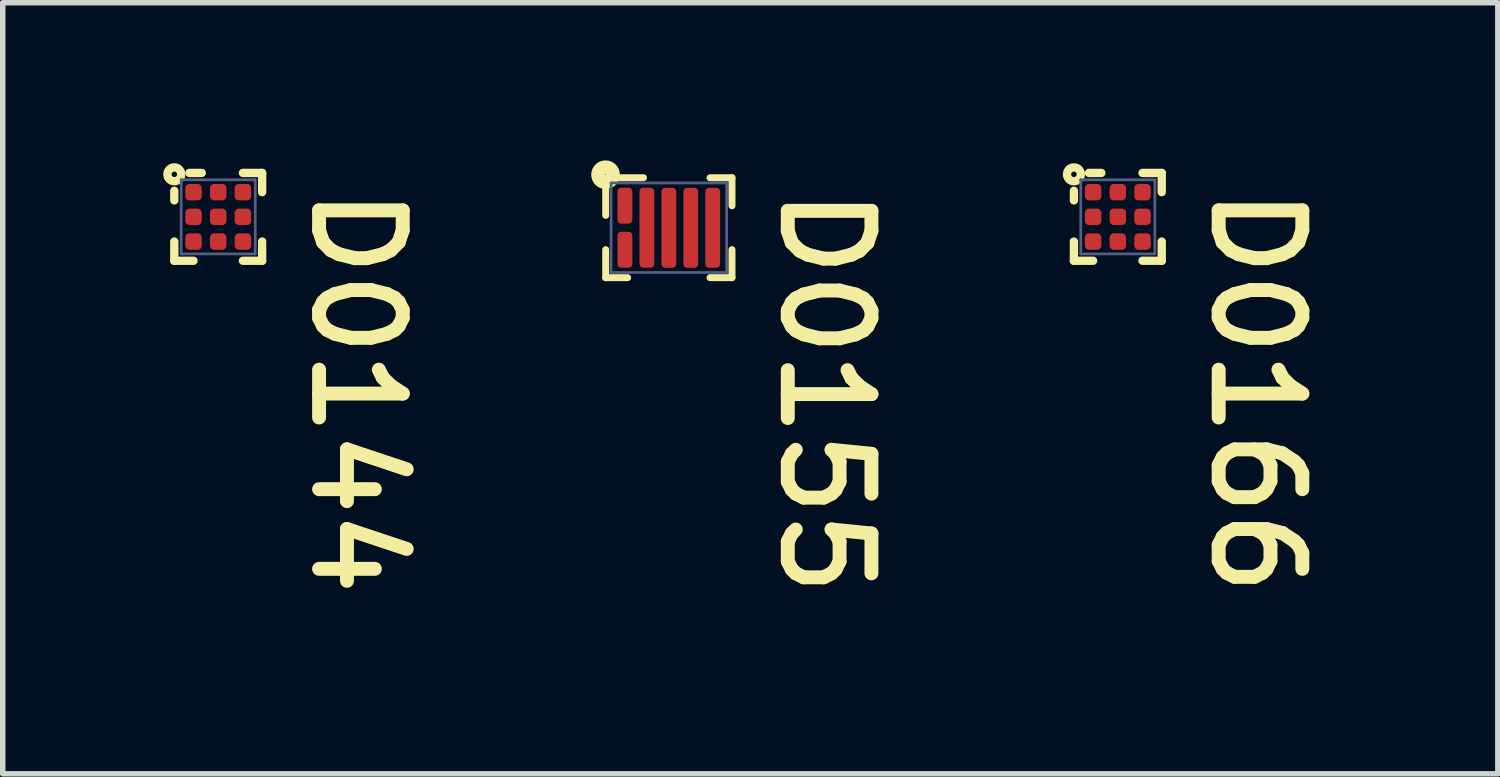
<source format=kicad_pcb>
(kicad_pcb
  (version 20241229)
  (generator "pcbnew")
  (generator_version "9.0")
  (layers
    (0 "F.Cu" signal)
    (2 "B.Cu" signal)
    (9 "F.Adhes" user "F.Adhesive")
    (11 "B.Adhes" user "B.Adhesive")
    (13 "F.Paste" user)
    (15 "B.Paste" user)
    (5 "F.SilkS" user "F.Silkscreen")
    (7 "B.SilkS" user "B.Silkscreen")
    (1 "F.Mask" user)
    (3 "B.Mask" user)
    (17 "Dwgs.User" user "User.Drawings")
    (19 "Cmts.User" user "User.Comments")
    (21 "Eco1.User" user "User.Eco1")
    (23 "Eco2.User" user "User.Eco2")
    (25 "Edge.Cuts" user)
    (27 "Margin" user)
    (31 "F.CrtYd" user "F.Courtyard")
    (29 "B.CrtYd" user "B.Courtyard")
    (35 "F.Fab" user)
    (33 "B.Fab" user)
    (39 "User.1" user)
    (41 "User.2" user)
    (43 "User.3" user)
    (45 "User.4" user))
  (footprint "D0144"
    (layer "F.Cu")
    (at 0.926 0.901)
    (property "Reference" "D0144" (at 1.638 -0.648 270) (unlocked yes) (layer "F.SilkS") (effects (font (size 1.524 1.524) (thickness 0.254)) (justify left bottom)))
    (attr smd)
    (fp_circle (center -0.45 -0.45) (end -0.4 -0.45) (stroke (width 0.1) (type solid)) (fill yes) (layer "F.Mask"))
    (fp_circle (center -0.45 0) (end -0.4 0) (stroke (width 0.1) (type solid)) (fill yes) (layer "F.Mask"))
    (fp_circle (center -0.45 0.45) (end -0.4 0.45) (stroke (width 0.1) (type solid)) (fill yes) (layer "F.Mask"))
    (fp_circle (center 0 -0.45) (end 0.05 -0.45) (stroke (width 0.1) (type solid)) (fill yes) (layer "F.Mask"))
    (fp_circle (center 0 0) (end 0.05 0) (stroke (width 0.1) (type solid)) (fill yes) (layer "F.Mask"))
    (fp_circle (center 0 0.45) (end 0.05 0.45) (stroke (width 0.1) (type solid)) (fill yes) (layer "F.Mask"))
    (fp_circle (center 0.45 -0.45) (end 0.5 -0.45) (stroke (width 0.1) (type solid)) (fill yes) (layer "F.Mask"))
    (fp_circle (center 0.45 0) (end 0.5 0) (stroke (width 0.1) (type solid)) (fill yes) (layer "F.Mask"))
    (fp_circle (center 0.45 0.45) (end 0.5 0.45) (stroke (width 0.1) (type solid)) (fill yes) (layer "F.Mask"))
    (fp_line (start -0.8 -0.475) (end -0.8 -0.3) (stroke (width 0.152) (type solid)) (layer "F.SilkS"))
    (fp_line (start -0.8 0.45) (end -0.8 0.8) (stroke (width 0.152) (type solid)) (layer "F.SilkS"))
    (fp_line (start -0.8 0.8) (end -0.45 0.8) (stroke (width 0.152) (type solid)) (layer "F.SilkS"))
    (fp_line (start -0.525 -0.8) (end -0.3 -0.8) (stroke (width 0.152) (type solid)) (layer "F.SilkS"))
    (fp_line (start 0.45 -0.8) (end 0.8 -0.8) (stroke (width 0.152) (type solid)) (layer "F.SilkS"))
    (fp_line (start 0.45 0.8) (end 0.8 0.8) (stroke (width 0.152) (type solid)) (layer "F.SilkS"))
    (fp_line (start 0.8 -0.8) (end 0.8 -0.45) (stroke (width 0.152) (type solid)) (layer "F.SilkS"))
    (fp_line (start 0.8 0.45) (end 0.8 0.8) (stroke (width 0.152) (type solid)) (layer "F.SilkS"))
    (fp_circle (center -0.8 -0.775) (end -0.75 -0.775) (stroke (width 0.152) (type solid)) (fill no) (layer "F.SilkS"))
    (fp_line (start -0.675 -0.675) (end -0.675 0.675) (stroke (width 0.05) (type solid)) (layer "B.Fab"))
    (fp_line (start -0.675 -0.675) (end 0.675 -0.675) (stroke (width 0.05) (type solid)) (layer "B.Fab"))
    (fp_line (start -0.675 0.675) (end 0.675 0.675) (stroke (width 0.05) (type solid)) (layer "B.Fab"))
    (fp_line (start 0.675 -0.675) (end 0.675 0.675) (stroke (width 0.05) (type solid)) (layer "B.Fab"))
    (pad "1" smd roundrect (at -0.45 -0.45) (size 0.3 0.3) (layers "F.Cu" "F.Mask" "F.Paste") (roundrect_rratio 0.25))
    (pad "2" smd roundrect (at -0.45 0) (size 0.3 0.3) (layers "F.Cu" "F.Mask" "F.Paste") (roundrect_rratio 0.25))
    (pad "3" smd roundrect (at -0.45 0.45) (size 0.3 0.3) (layers "F.Cu" "F.Mask" "F.Paste") (roundrect_rratio 0.25))
    (pad "4" smd roundrect (at 0 -0.45) (size 0.3 0.3) (layers "F.Cu" "F.Mask" "F.Paste") (roundrect_rratio 0.25))
    (pad "5" smd roundrect (at 0 0) (size 0.3 0.3) (layers "F.Cu" "F.Mask" "F.Paste") (roundrect_rratio 0.25))
    (pad "6" smd roundrect (at 0 0.45) (size 0.3 0.3) (layers "F.Cu" "F.Mask" "F.Paste") (roundrect_rratio 0.25))
    (pad "7" smd roundrect (at 0.45 -0.45) (size 0.3 0.3) (layers "F.Cu" "F.Mask" "F.Paste") (roundrect_rratio 0.25))
    (pad "8" smd roundrect (at 0.45 0) (size 0.3 0.3) (layers "F.Cu" "F.Mask" "F.Paste") (roundrect_rratio 0.25))
    (pad "9" smd roundrect (at 0.45 0.45) (size 0.3 0.3) (layers "F.Cu" "F.Mask" "F.Paste") (roundrect_rratio 0.25)))
  (footprint "D0155"
    (layer "F.Cu")
    (at 9.136 1.099)
    (property "Reference" "D0155" (at 1.968 -0.837 270) (unlocked yes) (layer "F.SilkS") (effects (font (size 1.524 1.524) (thickness 0.254)) (justify left bottom)))
    (attr smd)
    (fp_line (start -0.8 -0.211) (end -0.8 -0.591) (stroke (width 0.18) (type solid)) (layer "F.Mask"))
    (fp_line (start -0.8 0.591) (end -0.8 0.211) (stroke (width 0.18) (type solid)) (layer "F.Mask"))
    (fp_line (start -0.4 0.591) (end -0.4 -0.591) (stroke (width 0.18) (type solid)) (layer "F.Mask"))
    (fp_line (start 0 0.591) (end 0 -0.591) (stroke (width 0.18) (type solid)) (layer "F.Mask"))
    (fp_line (start 0.4 0.591) (end 0.4 -0.591) (stroke (width 0.18) (type solid)) (layer "F.Mask"))
    (fp_line (start 0.8 0.591) (end 0.8 -0.591) (stroke (width 0.18) (type solid)) (layer "F.Mask"))
    (fp_line (start -1.15 -0.691) (end -1.15 -0.226) (stroke (width 0.127) (type solid)) (layer "F.SilkS"))
    (fp_line (start -1.15 0.4) (end -1.15 0.91) (stroke (width 0.127) (type solid)) (layer "F.SilkS"))
    (fp_line (start -1.15 0.91) (end -0.75 0.91) (stroke (width 0.127) (type solid)) (layer "F.SilkS"))
    (fp_line (start -0.901 -0.91) (end -0.461 -0.91) (stroke (width 0.127) (type solid)) (layer "F.SilkS"))
    (fp_line (start 0.751 -0.91) (end 1.151 -0.91) (stroke (width 0.127) (type solid)) (layer "F.SilkS"))
    (fp_line (start 0.751 0.91) (end 1.151 0.91) (stroke (width 0.127) (type solid)) (layer "F.SilkS"))
    (fp_line (start 1.151 -0.91) (end 1.151 -0.4) (stroke (width 0.127) (type solid)) (layer "F.SilkS"))
    (fp_line (start 1.151 0.4) (end 1.151 0.91) (stroke (width 0.127) (type solid)) (layer "F.SilkS"))
    (fp_circle (center -1.153 -0.966) (end -1.146 -0.966) (stroke (width 0.254) (type solid)) (fill no) (layer "F.SilkS"))
    (fp_line (start -1.052 -0.816) (end -1.052 0.816) (stroke (width 0.05) (type solid)) (layer "B.Fab"))
    (fp_line (start -1.052 -0.816) (end 1.054 -0.816) (stroke (width 0.05) (type solid)) (layer "B.Fab"))
    (fp_line (start -1.052 0.816) (end 1.054 0.816) (stroke (width 0.05) (type solid)) (layer "B.Fab"))
    (fp_line (start 1.054 -0.816) (end 1.054 0.816) (stroke (width 0.05) (type solid)) (layer "B.Fab"))
    (pad "1" smd roundrect (at -0.8 -0.401 180) (size 0.27 0.655) (layers "F.Cu" "F.Mask" "F.Paste") (roundrect_rratio 0.25))
    (pad "2" smd roundrect (at -0.8 0.401 180) (size 0.27 0.655) (layers "F.Cu" "F.Mask" "F.Paste") (roundrect_rratio 0.25))
    (pad "3" smd roundrect (at -0.4 0 180) (size 0.27 1.457) (layers "F.Cu" "F.Mask" "F.Paste") (roundrect_rratio 0.25))
    (pad "4" smd roundrect (at 0 0.001 180) (size 0.27 1.457) (layers "F.Cu" "F.Mask" "F.Paste") (roundrect_rratio 0.25))
    (pad "5" smd roundrect (at 0.4 0.001 180) (size 0.27 1.457) (layers "F.Cu" "F.Mask" "F.Paste") (roundrect_rratio 0.25))
    (pad "6" smd roundrect (at 0.8 0.001 180) (size 0.27 1.457) (layers "F.Cu" "F.Mask" "F.Paste") (roundrect_rratio 0.25)))
  (footprint "D0166"
    (layer "F.Cu")
    (at 17.317 0.901)
    (property "Reference" "D0166" (at 1.638 -0.648 270) (unlocked yes) (layer "F.SilkS") (effects (font (size 1.524 1.524) (thickness 0.254)) (justify left bottom)))
    (attr smd)
    (fp_poly (pts (xy -0.381 -0.381) (xy -0.381 -0.519) (xy -0.519 -0.519) (xy -0.519 -0.381)) (stroke (width 0.068) (type solid)) (fill yes) (layer "F.Mask"))
    (fp_poly (pts (xy -0.381 0.069) (xy -0.381 -0.069) (xy -0.519 -0.069) (xy -0.519 0.069)) (stroke (width 0.068) (type solid)) (fill yes) (layer "F.Mask"))
    (fp_poly (pts (xy -0.381 0.519) (xy -0.381 0.381) (xy -0.519 0.381) (xy -0.519 0.519)) (stroke (width 0.068) (type solid)) (fill yes) (layer "F.Mask"))
    (fp_poly (pts (xy 0.069 -0.381) (xy 0.069 -0.519) (xy -0.069 -0.519) (xy -0.069 -0.381)) (stroke (width 0.068) (type solid)) (fill yes) (layer "F.Mask"))
    (fp_poly (pts (xy 0.069 0.069) (xy 0.069 -0.069) (xy -0.069 -0.069) (xy -0.069 0.069)) (stroke (width 0.068) (type solid)) (fill yes) (layer "F.Mask"))
    (fp_poly (pts (xy 0.069 0.519) (xy 0.069 0.381) (xy -0.069 0.381) (xy -0.069 0.519)) (stroke (width 0.068) (type solid)) (fill yes) (layer "F.Mask"))
    (fp_poly (pts (xy 0.519 -0.381) (xy 0.519 -0.519) (xy 0.381 -0.519) (xy 0.381 -0.381)) (stroke (width 0.068) (type solid)) (fill yes) (layer "F.Mask"))
    (fp_poly (pts (xy 0.519 0.069) (xy 0.519 -0.069) (xy 0.381 -0.069) (xy 0.381 0.069)) (stroke (width 0.068) (type solid)) (fill yes) (layer "F.Mask"))
    (fp_poly (pts (xy 0.519 0.519) (xy 0.519 0.381) (xy 0.381 0.381) (xy 0.381 0.519)) (stroke (width 0.068) (type solid)) (fill yes) (layer "F.Mask"))
    (fp_line (start -0.8 -0.475) (end -0.8 -0.3) (stroke (width 0.152) (type solid)) (layer "F.SilkS"))
    (fp_line (start -0.8 0.45) (end -0.8 0.8) (stroke (width 0.152) (type solid)) (layer "F.SilkS"))
    (fp_line (start -0.8 0.8) (end -0.45 0.8) (stroke (width 0.152) (type solid)) (layer "F.SilkS"))
    (fp_line (start -0.525 -0.8) (end -0.3 -0.8) (stroke (width 0.152) (type solid)) (layer "F.SilkS"))
    (fp_line (start 0.45 -0.8) (end 0.8 -0.8) (stroke (width 0.152) (type solid)) (layer "F.SilkS"))
    (fp_line (start 0.45 0.8) (end 0.8 0.8) (stroke (width 0.152) (type solid)) (layer "F.SilkS"))
    (fp_line (start 0.8 -0.8) (end 0.8 -0.45) (stroke (width 0.152) (type solid)) (layer "F.SilkS"))
    (fp_line (start 0.8 0.45) (end 0.8 0.8) (stroke (width 0.152) (type solid)) (layer "F.SilkS"))
    (fp_circle (center -0.8 -0.775) (end -0.75 -0.775) (stroke (width 0.152) (type solid)) (fill no) (layer "F.SilkS"))
    (fp_line (start -0.675 -0.675) (end -0.675 0.675) (stroke (width 0.05) (type solid)) (layer "B.Fab"))
    (fp_line (start -0.675 -0.675) (end 0.675 -0.675) (stroke (width 0.05) (type solid)) (layer "B.Fab"))
    (fp_line (start -0.675 0.675) (end 0.675 0.675) (stroke (width 0.05) (type solid)) (layer "B.Fab"))
    (fp_line (start 0.675 -0.675) (end 0.675 0.675) (stroke (width 0.05) (type solid)) (layer "B.Fab"))
    (pad "1" smd roundrect (at -0.45 -0.45) (size 0.3 0.3) (layers "F.Cu" "F.Mask" "F.Paste") (roundrect_rratio 0.25))
    (pad "2" smd roundrect (at -0.45 0) (size 0.3 0.3) (layers "F.Cu" "F.Mask" "F.Paste") (roundrect_rratio 0.25))
    (pad "3" smd roundrect (at -0.45 0.45) (size 0.3 0.3) (layers "F.Cu" "F.Mask" "F.Paste") (roundrect_rratio 0.25))
    (pad "4" smd roundrect (at 0 -0.45) (size 0.3 0.3) (layers "F.Cu" "F.Mask" "F.Paste") (roundrect_rratio 0.25))
    (pad "5" smd roundrect (at 0 0) (size 0.3 0.3) (layers "F.Cu" "F.Mask" "F.Paste") (roundrect_rratio 0.25))
    (pad "6" smd roundrect (at 0 0.45) (size 0.3 0.3) (layers "F.Cu" "F.Mask" "F.Paste") (roundrect_rratio 0.25))
    (pad "7" smd roundrect (at 0.45 -0.45) (size 0.3 0.3) (layers "F.Cu" "F.Mask" "F.Paste") (roundrect_rratio 0.25))
    (pad "8" smd roundrect (at 0.45 0) (size 0.3 0.3) (layers "F.Cu" "F.Mask" "F.Paste") (roundrect_rratio 0.25))
    (pad "9" smd roundrect (at 0.45 0.45) (size 0.3 0.3) (layers "F.Cu" "F.Mask" "F.Paste") (roundrect_rratio 0.25)))
  (gr_rect
    (start -3 -3)
    (end 24.241 11.049)
    (stroke (width 0.1) (type default))
    (fill no)
    (layer "Edge.Cuts")))
</source>
